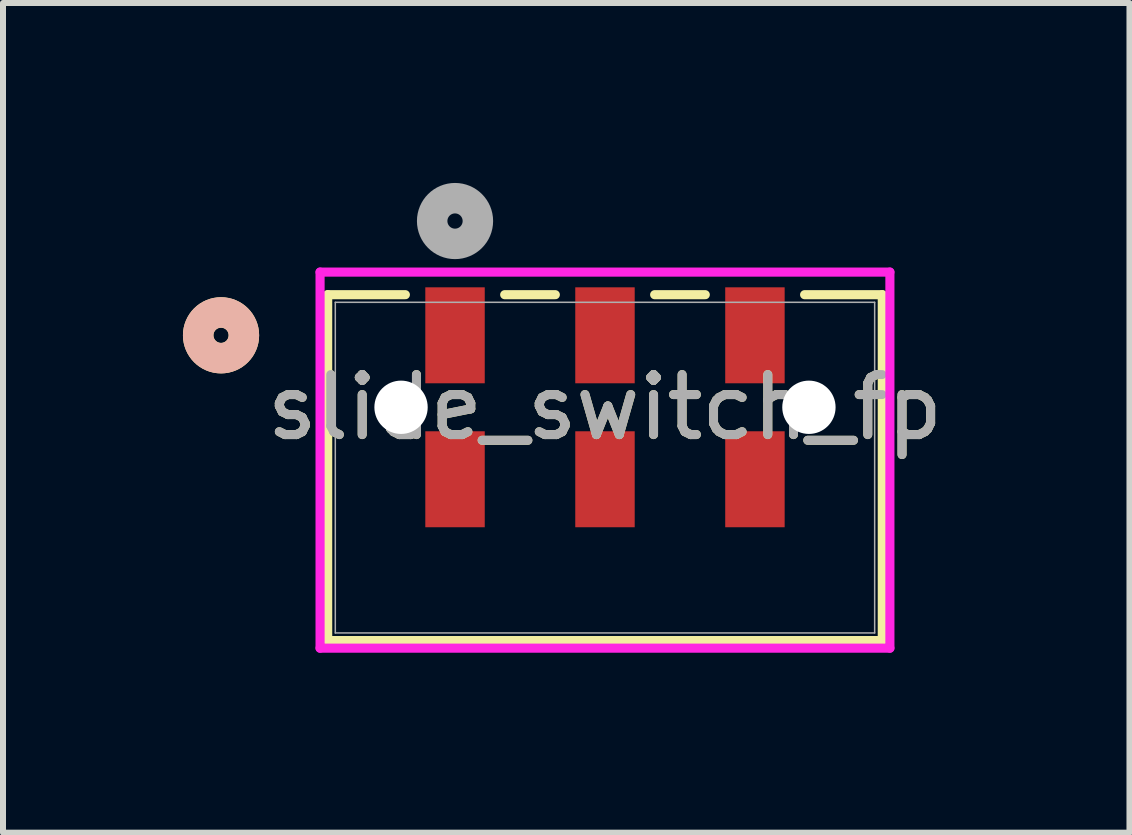
<source format=kicad_pcb>
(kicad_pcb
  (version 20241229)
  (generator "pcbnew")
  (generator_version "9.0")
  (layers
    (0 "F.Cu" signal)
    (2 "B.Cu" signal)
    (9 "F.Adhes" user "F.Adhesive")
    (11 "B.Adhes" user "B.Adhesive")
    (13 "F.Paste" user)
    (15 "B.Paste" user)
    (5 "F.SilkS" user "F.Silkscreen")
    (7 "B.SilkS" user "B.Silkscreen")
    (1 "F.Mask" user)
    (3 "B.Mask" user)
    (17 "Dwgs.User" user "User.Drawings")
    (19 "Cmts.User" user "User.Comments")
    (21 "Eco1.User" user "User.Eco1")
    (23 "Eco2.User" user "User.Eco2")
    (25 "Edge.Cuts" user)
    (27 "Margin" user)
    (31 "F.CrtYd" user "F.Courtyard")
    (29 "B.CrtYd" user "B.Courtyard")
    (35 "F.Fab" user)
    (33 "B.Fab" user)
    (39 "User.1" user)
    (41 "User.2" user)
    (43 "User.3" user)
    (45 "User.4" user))
  (footprint "slide_switch_fp"
    (layer "F.Cu")
    (at 7.036 4.746)
    (property "Reference" "slide_switch_fp" (at 0 -1.006 0) (unlocked yes) (layer "F.SilkS") (effects (font (size 1 1) (thickness 0.15))))
    (attr smd)
    (fp_line (start -4.623 -2.883) (end -4.623 2.883) (stroke (width 0.152) (type solid)) (layer "F.SilkS"))
    (fp_line (start -4.623 2.883) (end 4.623 2.883) (stroke (width 0.152) (type solid)) (layer "F.SilkS"))
    (fp_line (start -3.328 -2.883) (end -4.623 -2.883) (stroke (width 0.152) (type solid)) (layer "F.SilkS"))
    (fp_line (start -0.828 -2.883) (end -1.672 -2.883) (stroke (width 0.152) (type solid)) (layer "F.SilkS"))
    (fp_line (start 1.672 -2.883) (end 0.828 -2.883) (stroke (width 0.152) (type solid)) (layer "F.SilkS"))
    (fp_line (start 4.623 -2.883) (end 3.328 -2.883) (stroke (width 0.152) (type solid)) (layer "F.SilkS"))
    (fp_line (start 4.623 2.883) (end 4.623 -2.883) (stroke (width 0.152) (type solid)) (layer "F.SilkS"))
    (fp_circle (center -6.401 -2.206) (end -6.02 -2.206) (stroke (width 0.508) (type solid)) (fill no) (layer "F.SilkS"))
    (fp_circle (center -6.401 -2.206) (end -6.02 -2.206) (stroke (width 0.508) (type solid)) (fill no) (layer "B.SilkS"))
    (fp_line (start -4.75 -3.26) (end -4.75 3.01) (stroke (width 0.152) (type solid)) (layer "F.CrtYd"))
    (fp_line (start -4.75 3.01) (end 4.75 3.01) (stroke (width 0.152) (type solid)) (layer "F.CrtYd"))
    (fp_line (start 4.75 -3.26) (end -4.75 -3.26) (stroke (width 0.152) (type solid)) (layer "F.CrtYd"))
    (fp_line (start 4.75 3.01) (end 4.75 -3.26) (stroke (width 0.152) (type solid)) (layer "F.CrtYd"))
    (fp_line (start -4.496 -2.756) (end -4.496 2.756) (stroke (width 0.025) (type solid)) (layer "F.Fab"))
    (fp_line (start -4.496 2.756) (end 4.496 2.756) (stroke (width 0.025) (type solid)) (layer "F.Fab"))
    (fp_line (start 4.496 -2.756) (end -4.496 -2.756) (stroke (width 0.025) (type solid)) (layer "F.Fab"))
    (fp_line (start 4.496 2.756) (end 4.496 -2.756) (stroke (width 0.025) (type solid)) (layer "F.Fab"))
    (fp_circle (center -2.5 -4.111) (end -2.119 -4.111) (stroke (width 0.508) (type solid)) (fill no) (layer "F.Fab"))
    (fp_text user "${REFERENCE}" (at 0 -1.006 0) (unlocked yes) (layer "F.Fab") (effects (font (size 1 1) (thickness 0.15))))
    (pad "" np_thru_hole circle (at -3.4 -1.006) (size 0.889 0.889) (drill 0.889) (layers "*.Cu" "*.Mask"))
    (pad "" np_thru_hole circle (at 3.4 -1.006) (size 0.889 0.889) (drill 0.889) (layers "*.Cu" "*.Mask"))
    (pad "1" smd rect (at -2.5 -2.206) (size 0.991 1.6) (layers "F.Cu" "F.Mask" "F.Paste"))
    (pad "2" smd rect (at 0 -2.206) (size 0.991 1.6) (layers "F.Cu" "F.Mask" "F.Paste"))
    (pad "3" smd rect (at 2.5 -2.206) (size 0.991 1.6) (layers "F.Cu" "F.Mask" "F.Paste"))
    (pad "4" smd rect (at 2.5 0.194) (size 0.991 1.6) (layers "F.Cu" "F.Mask" "F.Paste"))
    (pad "5" smd rect (at 0 0.194) (size 0.991 1.6) (layers "F.Cu" "F.Mask" "F.Paste"))
    (pad "6" smd rect (at -2.5 0.194) (size 0.991 1.6) (layers "F.Cu" "F.Mask" "F.Paste")))
  (gr_rect
    (start -3 -3)
    (end 15.78 10.832)
    (stroke (width 0.1) (type default))
    (fill no)
    (layer "Edge.Cuts")))
</source>
